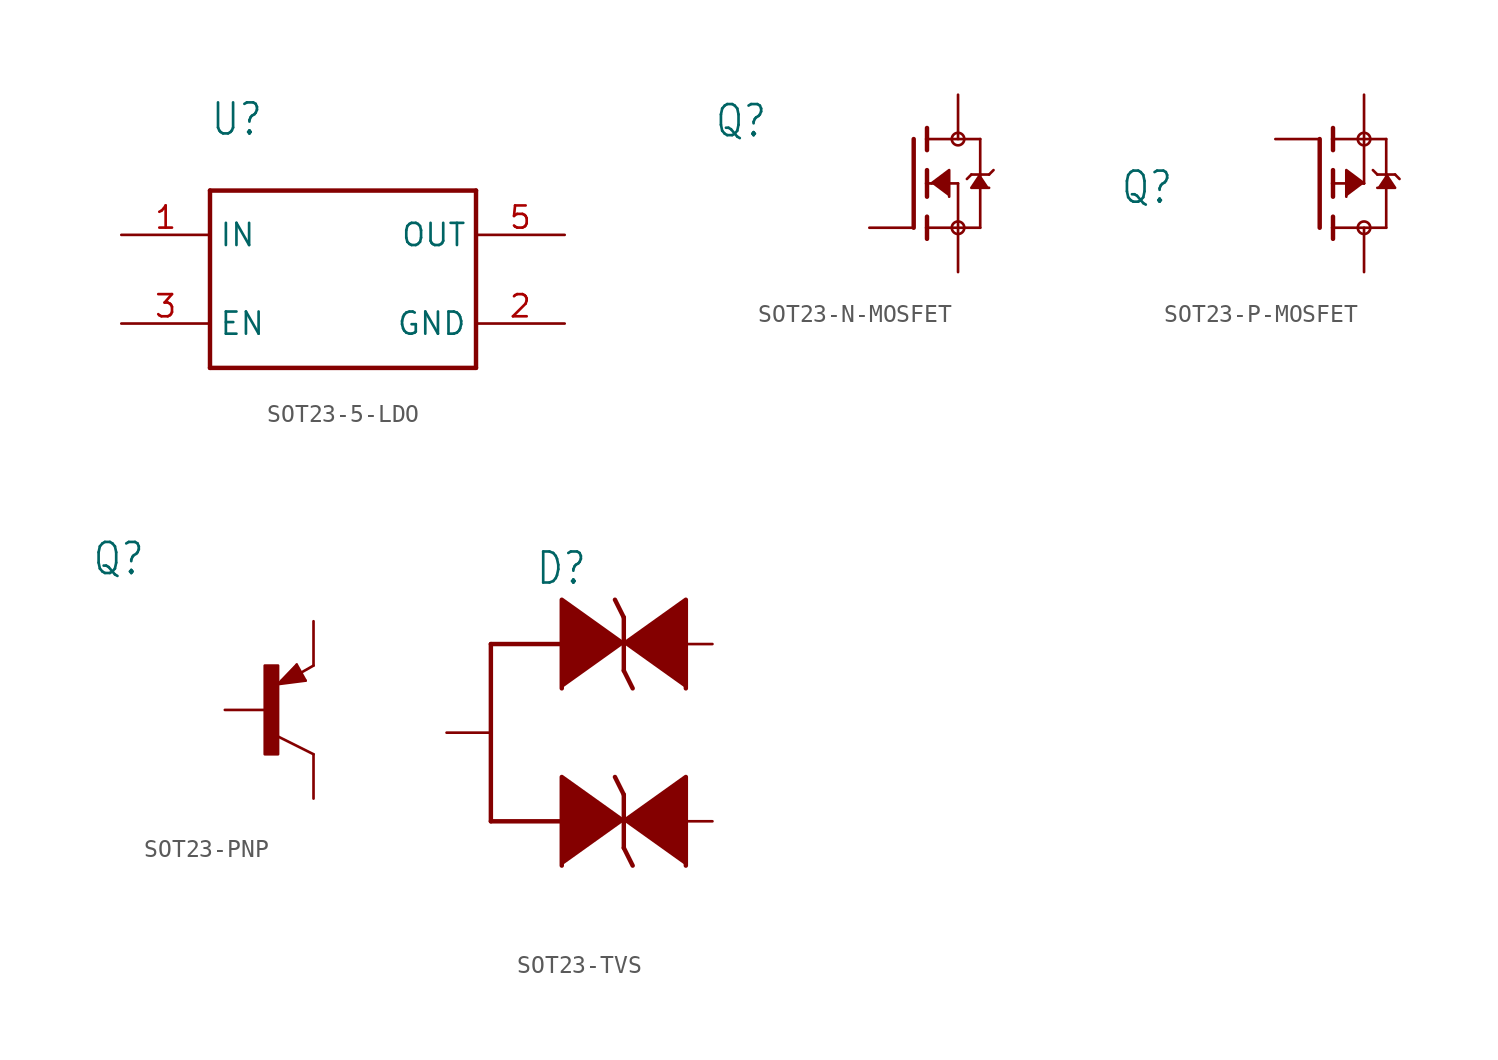
<source format=kicad_sym>
(kicad_symbol_lib
  (version 20231120)
  (generator "kicad_symbol_editor")
  (generator_version "8.0")
  (symbol "SOT23-5-LDO"
    (property "Reference" "U"
      (at -7.62 8.128 0)
      (effects (font (size 1.778 1.511)) (justify left bottom)))
    (property "Value" ""
      (at -7.62 5.842 0)
      (effects (font (size 1.778 1.511)) (justify left bottom)))
    (property "ki_locked" ""
      (at 0 0 0)
      (effects (font (size 1.27 1.27))))
    (symbol "SOT23-5-LDO_1_0"
      (polyline (pts (xy -7.62 -5.08) (xy 7.62 -5.08)) (stroke (width 0.254) (type solid)) (fill (type none)))
      (polyline (pts (xy -7.62 5.08) (xy -7.62 -5.08)) (stroke (width 0.254) (type solid)) (fill (type none)))
      (polyline (pts (xy 7.62 -5.08) (xy 7.62 5.08)) (stroke (width 0.254) (type solid)) (fill (type none)))
      (polyline (pts (xy 7.62 5.08) (xy -7.62 5.08)) (stroke (width 0.254) (type solid)) (fill (type none)))
      (pin bidirectional line (at -12.7 2.54 0) (length 5.08) (name "IN" (effects (font (size 1.27 1.27)))) (number "1" (effects (font (size 1.27 1.27)))))
      (pin bidirectional line (at 12.7 -2.54 180) (length 5.08) (name "GND" (effects (font (size 1.27 1.27)))) (number "2" (effects (font (size 1.27 1.27)))))
      (pin bidirectional line (at -12.7 -2.54 0) (length 5.08) (name "EN" (effects (font (size 1.27 1.27)))) (number "3" (effects (font (size 1.27 1.27)))))
      (pin bidirectional line (at 12.7 2.54 180) (length 5.08) (name "OUT" (effects (font (size 1.27 1.27)))) (number "5" (effects (font (size 1.27 1.27)))))))
  (symbol "SOT23-N-MOSFET"
    (property "Reference" "Q"
      (at -11.43 2.54 0)
      (effects (font (size 1.778 1.511)) (justify left bottom)))
    (property "Value" ""
      (at -11.43 0 0)
      (effects (font (size 1.778 1.511)) (justify left bottom)))
    (property "ki_locked" ""
      (at 0 0 0)
      (effects (font (size 1.27 1.27))))
    (symbol "SOT23-N-MOSFET_1_0"
      (polyline (pts (xy 0 2.54) (xy 0 -2.54)) (stroke (width 0.254) (type solid)) (fill (type none)))
      (polyline (pts (xy 0.762 -2.54) (xy 0.762 -3.175)) (stroke (width 0.254) (type solid)) (fill (type none)))
      (polyline (pts (xy 0.762 -1.905) (xy 0.762 -2.54)) (stroke (width 0.254) (type solid)) (fill (type none)))
      (polyline (pts (xy 0.762 0) (xy 0.762 -0.762)) (stroke (width 0.254) (type solid)) (fill (type none)))
      (polyline (pts (xy 0.762 0) (xy 2.54 0)) (stroke (width 0.152) (type solid)) (fill (type none)))
      (polyline (pts (xy 0.762 0.762) (xy 0.762 0)) (stroke (width 0.254) (type solid)) (fill (type none)))
      (polyline (pts (xy 0.762 2.54) (xy 0.762 1.905)) (stroke (width 0.254) (type solid)) (fill (type none)))
      (polyline (pts (xy 0.762 2.54) (xy 3.81 2.54)) (stroke (width 0.152) (type solid)) (fill (type none)))
      (polyline (pts (xy 0.762 3.175) (xy 0.762 2.54)) (stroke (width 0.254) (type solid)) (fill (type none)))
      (polyline (pts (xy 2.54 -2.54) (xy 0.762 -2.54)) (stroke (width 0.152) (type solid)) (fill (type none)))
      (polyline (pts (xy 2.54 -2.54) (xy 3.81 -2.54)) (stroke (width 0.152) (type solid)) (fill (type none)))
      (polyline (pts (xy 2.54 0) (xy 2.54 -2.54)) (stroke (width 0.152) (type solid)) (fill (type none)))
      (polyline (pts (xy 3.302 0.508) (xy 3.048 0.254)) (stroke (width 0.152) (type solid)) (fill (type none)))
      (polyline (pts (xy 3.81 0.508) (xy 3.302 0.508)) (stroke (width 0.152) (type solid)) (fill (type none)))
      (polyline (pts (xy 3.81 0.508) (xy 3.81 -2.54)) (stroke (width 0.152) (type solid)) (fill (type none)))
      (polyline (pts (xy 3.81 2.54) (xy 3.81 0.508)) (stroke (width 0.152) (type solid)) (fill (type none)))
      (polyline (pts (xy 4.318 0.508) (xy 3.81 0.508)) (stroke (width 0.152) (type solid)) (fill (type none)))
      (polyline (pts (xy 4.572 0.762) (xy 4.318 0.508)) (stroke (width 0.152) (type solid)) (fill (type none)))
      (polyline (pts (xy 1.016 0) (xy 2.032 0.762) (xy 2.032 -0.762)) (stroke (width 0.152) (type solid)) (fill (type outline)))
      (polyline (pts (xy 3.81 0.508) (xy 3.302 -0.254) (xy 4.318 -0.254)) (stroke (width 0.152) (type solid)) (fill (type outline)))
      (circle (center 2.54 -2.54) (radius 0.359) (stroke (width 0) (type solid)) (fill (type none)))
      (circle (center 2.54 2.54) (radius 0.359) (stroke (width 0) (type solid)) (fill (type none)))
      (pin passive line (at -2.54 -2.54 0) (length 2.54) (name "G" (effects (font (size 0 0)))) (number "1" (effects (font (size 0 0)))))
      (pin passive line (at 2.54 -5.08 90) (length 2.54) (name "S" (effects (font (size 0 0)))) (number "2" (effects (font (size 0 0)))))
      (pin passive line (at 2.54 5.08 270) (length 2.54) (name "D" (effects (font (size 0 0)))) (number "3" (effects (font (size 0 0)))))))
  (symbol "SOT23-P-MOSFET"
    (property "Reference" "Q"
      (at -11.43 -1.27 0)
      (effects (font (size 1.778 1.511)) (justify left bottom)))
    (property "Value" ""
      (at -11.43 -3.81 0)
      (effects (font (size 1.778 1.511)) (justify left bottom)))
    (property "ki_locked" ""
      (at 0 0 0)
      (effects (font (size 1.27 1.27))))
    (symbol "SOT23-P-MOSFET_1_0"
      (polyline (pts (xy 0 -2.54) (xy 0 2.54)) (stroke (width 0.254) (type solid)) (fill (type none)))
      (polyline (pts (xy 0.762 -3.175) (xy 0.762 -2.54)) (stroke (width 0.254) (type solid)) (fill (type none)))
      (polyline (pts (xy 0.762 -2.54) (xy 0.762 -1.905)) (stroke (width 0.254) (type solid)) (fill (type none)))
      (polyline (pts (xy 0.762 -2.54) (xy 3.81 -2.54)) (stroke (width 0.152) (type solid)) (fill (type none)))
      (polyline (pts (xy 0.762 -0.762) (xy 0.762 0)) (stroke (width 0.254) (type solid)) (fill (type none)))
      (polyline (pts (xy 0.762 0) (xy 0.762 0.762)) (stroke (width 0.254) (type solid)) (fill (type none)))
      (polyline (pts (xy 0.762 0) (xy 2.54 0)) (stroke (width 0.152) (type solid)) (fill (type none)))
      (polyline (pts (xy 0.762 1.905) (xy 0.762 2.54)) (stroke (width 0.254) (type solid)) (fill (type none)))
      (polyline (pts (xy 0.762 2.54) (xy 0.762 3.175)) (stroke (width 0.254) (type solid)) (fill (type none)))
      (polyline (pts (xy 2.54 0) (xy 2.54 2.54)) (stroke (width 0.152) (type solid)) (fill (type none)))
      (polyline (pts (xy 2.54 2.54) (xy 0.762 2.54)) (stroke (width 0.152) (type solid)) (fill (type none)))
      (polyline (pts (xy 2.54 2.54) (xy 3.81 2.54)) (stroke (width 0.152) (type solid)) (fill (type none)))
      (polyline (pts (xy 3.048 0.762) (xy 3.302 0.508)) (stroke (width 0.152) (type solid)) (fill (type none)))
      (polyline (pts (xy 3.302 0.508) (xy 3.81 0.508)) (stroke (width 0.152) (type solid)) (fill (type none)))
      (polyline (pts (xy 3.81 -2.54) (xy 3.81 0.508)) (stroke (width 0.152) (type solid)) (fill (type none)))
      (polyline (pts (xy 3.81 0.508) (xy 3.81 2.54)) (stroke (width 0.152) (type solid)) (fill (type none)))
      (polyline (pts (xy 3.81 0.508) (xy 4.318 0.508)) (stroke (width 0.152) (type solid)) (fill (type none)))
      (polyline (pts (xy 4.318 0.508) (xy 4.572 0.254)) (stroke (width 0.152) (type solid)) (fill (type none)))
      (polyline (pts (xy 2.54 0) (xy 1.524 0.762) (xy 1.524 -0.762)) (stroke (width 0.152) (type solid)) (fill (type outline)))
      (polyline (pts (xy 3.81 0.508) (xy 4.318 -0.254) (xy 3.302 -0.254)) (stroke (width 0.152) (type solid)) (fill (type outline)))
      (circle (center 2.54 -2.54) (radius 0.359) (stroke (width 0) (type solid)) (fill (type none)))
      (circle (center 2.54 2.54) (radius 0.359) (stroke (width 0) (type solid)) (fill (type none)))
      (pin passive line (at -2.54 2.54 0) (length 2.54) (name "G" (effects (font (size 0 0)))) (number "1" (effects (font (size 0 0)))))
      (pin passive line (at 2.54 5.08 270) (length 2.54) (name "S" (effects (font (size 0 0)))) (number "2" (effects (font (size 0 0)))))
      (pin passive line (at 2.54 -5.08 90) (length 2.54) (name "D" (effects (font (size 0 0)))) (number "3" (effects (font (size 0 0)))))))
  (symbol "SOT23-PNP"
    (property "Reference" "Q"
      (at -10.16 7.62 0)
      (effects (font (size 1.778 1.511)) (justify left bottom)))
    (property "Value" ""
      (at -10.16 5.08 0)
      (effects (font (size 1.778 1.511)) (justify left bottom)))
    (property "ki_locked" ""
      (at 0 0 0)
      (effects (font (size 1.27 1.27))))
    (symbol "SOT23-PNP_1_0"
      (rectangle (start -0.254 -2.54) (end 0.508 2.54) (stroke (width 0) (type default)) (fill (type outline)))
      (polyline (pts (xy 0.516 1.478) (xy 2.086 1.678)) (stroke (width 0.152) (type solid)) (fill (type none)))
      (polyline (pts (xy 0.762 1.651) (xy 1.778 1.778)) (stroke (width 0.254) (type solid)) (fill (type none)))
      (polyline (pts (xy 1.143 1.905) (xy 1.524 1.905)) (stroke (width 0.254) (type solid)) (fill (type none)))
      (polyline (pts (xy 1.524 2.159) (xy 1.143 1.905)) (stroke (width 0.254) (type solid)) (fill (type none)))
      (polyline (pts (xy 1.524 2.413) (xy 0.762 1.651)) (stroke (width 0.254) (type solid)) (fill (type none)))
      (polyline (pts (xy 1.578 2.594) (xy 0.516 1.478)) (stroke (width 0.152) (type solid)) (fill (type none)))
      (polyline (pts (xy 1.778 1.778) (xy 1.524 2.159)) (stroke (width 0.254) (type solid)) (fill (type none)))
      (polyline (pts (xy 1.905 1.778) (xy 1.524 2.413)) (stroke (width 0.254) (type solid)) (fill (type none)))
      (polyline (pts (xy 2.086 1.678) (xy 1.578 2.594)) (stroke (width 0.152) (type solid)) (fill (type none)))
      (polyline (pts (xy 2.54 -2.54) (xy 0.508 -1.524)) (stroke (width 0.152) (type solid)) (fill (type none)))
      (polyline (pts (xy 2.54 2.54) (xy 1.808 2.124)) (stroke (width 0.152) (type solid)) (fill (type none)))
      (pin passive line (at -2.54 0 0) (length 2.54) (name "B" (effects (font (size 0 0)))) (number "1" (effects (font (size 0 0)))))
      (pin passive line (at 2.54 5.08 270) (length 2.54) (name "E" (effects (font (size 0 0)))) (number "2" (effects (font (size 0 0)))))
      (pin passive line (at 2.54 -5.08 90) (length 2.54) (name "C" (effects (font (size 0 0)))) (number "3" (effects (font (size 0 0)))))))
  (symbol "SOT23-TVS"
    (property "Reference" "D"
      (at -5.08 8.382 0)
      (effects (font (size 1.778 1.511)) (justify left bottom)))
    (property "Value" ""
      (at -5.08 -10.16 0)
      (effects (font (size 1.778 1.511)) (justify left bottom)))
    (property "ki_locked" ""
      (at 0 0 0)
      (effects (font (size 1.27 1.27))))
    (symbol "SOT23-TVS_1_0"
      (polyline (pts (xy -7.62 -5.08) (xy -2.54 -5.08)) (stroke (width 0.254) (type solid)) (fill (type none)))
      (polyline (pts (xy -7.62 5.08) (xy -7.62 -5.08)) (stroke (width 0.254) (type solid)) (fill (type none)))
      (polyline (pts (xy -7.62 5.08) (xy -2.54 5.08)) (stroke (width 0.254) (type solid)) (fill (type none)))
      (polyline (pts (xy 0 -6.604) (xy 0.508 -7.62)) (stroke (width 0.254) (type solid)) (fill (type none)))
      (polyline (pts (xy 0 -3.556) (xy -0.508 -2.54)) (stroke (width 0.254) (type solid)) (fill (type none)))
      (polyline (pts (xy 0 -3.556) (xy 0 -6.604)) (stroke (width 0.254) (type solid)) (fill (type none)))
      (polyline (pts (xy 0 3.556) (xy 0.508 2.54)) (stroke (width 0.254) (type solid)) (fill (type none)))
      (polyline (pts (xy 0 6.604) (xy -0.508 7.62)) (stroke (width 0.254) (type solid)) (fill (type none)))
      (polyline (pts (xy 0 6.604) (xy 0 3.556)) (stroke (width 0.254) (type solid)) (fill (type none)))
      (polyline (pts (xy 0 -5.08) (xy -3.556 -2.54) (xy -3.556 -7.62)) (stroke (width 0.254) (type solid)) (fill (type outline)))
      (polyline (pts (xy 0 -5.08) (xy 3.556 -2.54) (xy 3.556 -7.62)) (stroke (width 0.254) (type solid)) (fill (type outline)))
      (polyline (pts (xy 0 5.08) (xy -3.556 7.62) (xy -3.556 2.54)) (stroke (width 0.254) (type solid)) (fill (type outline)))
      (polyline (pts (xy 0 5.08) (xy 3.556 7.62) (xy 3.556 2.54)) (stroke (width 0.254) (type solid)) (fill (type outline)))
      (pin passive line (at 5.08 5.08 180) (length 2.54) (name "1" (effects (font (size 0 0)))) (number "1" (effects (font (size 0 0)))))
      (pin passive line (at 5.08 -5.08 180) (length 2.54) (name "2" (effects (font (size 0 0)))) (number "2" (effects (font (size 0 0)))))
      (pin passive line (at -10.16 0 0) (length 2.54) (name "C" (effects (font (size 0 0)))) (number "3" (effects (font (size 0 0))))))))
</source>
